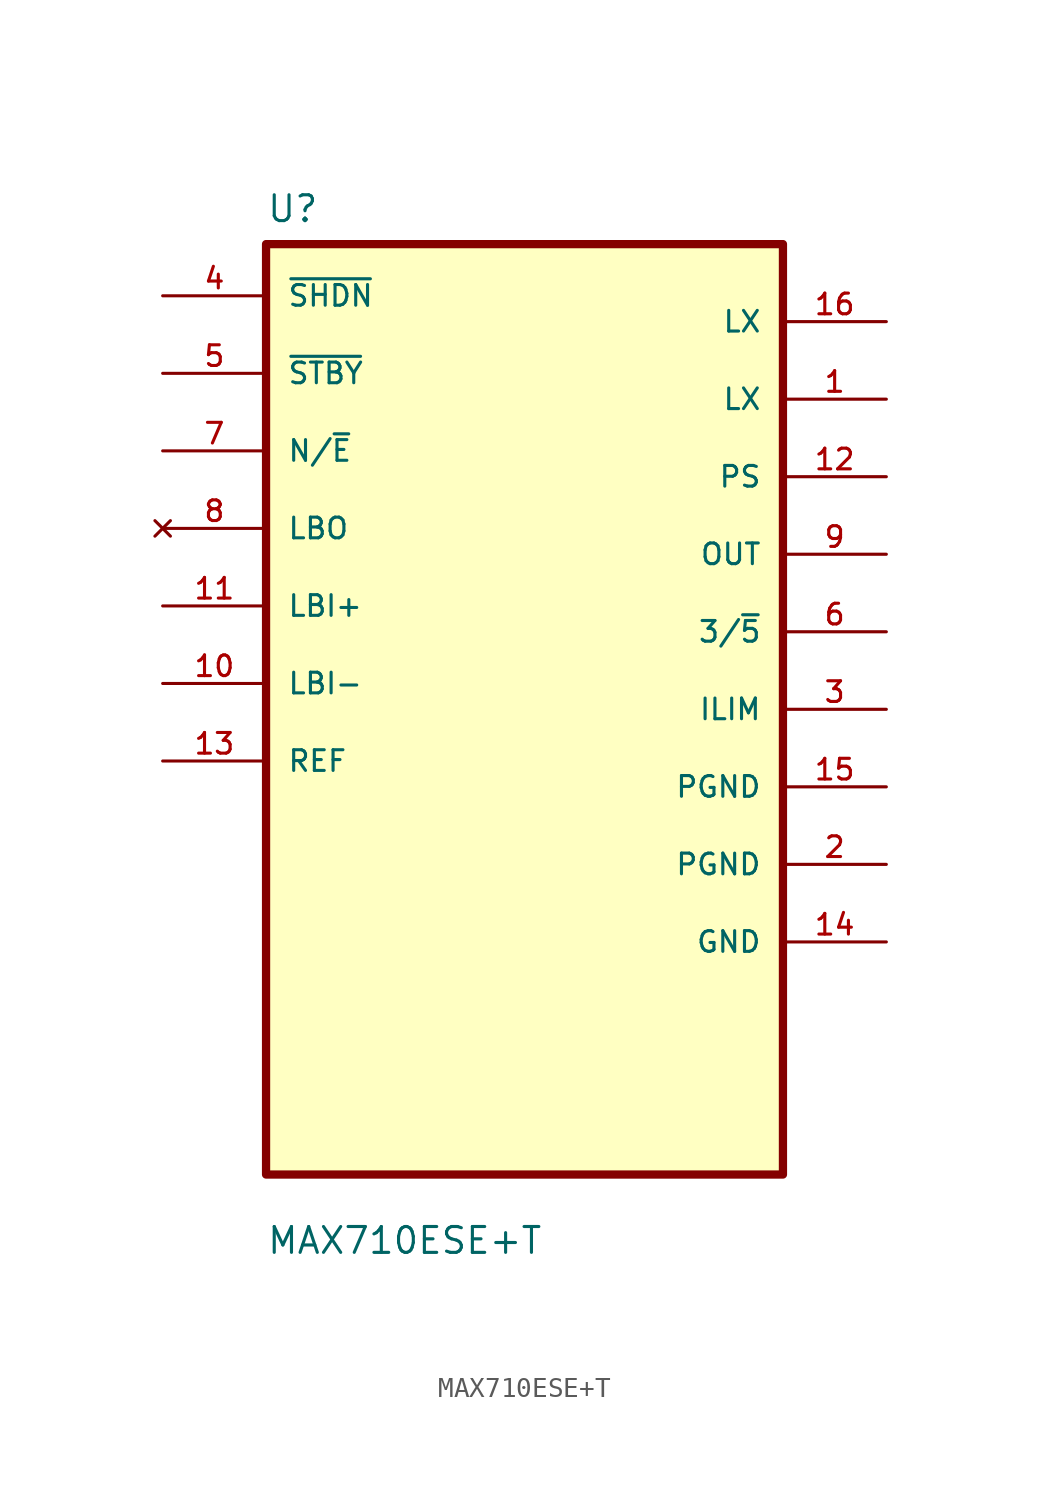
<source format=kicad_sym>
(kicad_symbol_lib
  (version 20211014)
  (generator kicad_symbol_editor)
  (symbol "MAX710ESE+T"
    (pin_names
      (offset 1.016))
    (property "Reference" "U"
      (at -12.7 23.851 0)
      (effects (font (size 1.27 1.27)) (justify left bottom)))
    (property "Value" "MAX710ESE+T"
      (at -12.7 -26.848 0)
      (effects (font (size 1.27 1.27)) (justify left bottom)))
    (property "ki_locked" ""
      (at 0 0 0)
      (effects (font (size 1.27 1.27))))
    (symbol "MAX710ESE+T_0_0"
      (rectangle (start -12.7 -22.86) (end 12.7 22.86) (stroke (width 0.406) (type default) (color 0 0 0 0)) (fill (type background)))
      (pin bidirectional line (at 17.78 15.24 180) (length 5.08) (name "LX" (effects (font (size 1.016 1.016)))) (number "1" (effects (font (size 1.016 1.016)))))
      (pin bidirectional line (at -17.78 1.27 0) (length 5.08) (name "LBI-" (effects (font (size 1.016 1.016)))) (number "10" (effects (font (size 1.016 1.016)))))
      (pin bidirectional line (at -17.78 5.08 0) (length 5.08) (name "LBI+" (effects (font (size 1.016 1.016)))) (number "11" (effects (font (size 1.016 1.016)))))
      (pin input line (at 17.78 11.43 180) (length 5.08) (name "PS" (effects (font (size 1.016 1.016)))) (number "12" (effects (font (size 1.016 1.016)))))
      (pin output line (at -17.78 -2.54 0) (length 5.08) (name "REF" (effects (font (size 1.016 1.016)))) (number "13" (effects (font (size 1.016 1.016)))))
      (pin bidirectional line (at 17.78 -11.43 180) (length 5.08) (name "GND" (effects (font (size 1.016 1.016)))) (number "14" (effects (font (size 1.016 1.016)))))
      (pin bidirectional line (at 17.78 -3.81 180) (length 5.08) (name "PGND" (effects (font (size 1.016 1.016)))) (number "15" (effects (font (size 1.016 1.016)))))
      (pin bidirectional line (at 17.78 19.05 180) (length 5.08) (name "LX" (effects (font (size 1.016 1.016)))) (number "16" (effects (font (size 1.016 1.016)))))
      (pin bidirectional line (at 17.78 -7.62 180) (length 5.08) (name "PGND" (effects (font (size 1.016 1.016)))) (number "2" (effects (font (size 1.016 1.016)))))
      (pin input line (at 17.78 0 180) (length 5.08) (name "ILIM" (effects (font (size 1.016 1.016)))) (number "3" (effects (font (size 1.016 1.016)))))
      (pin input line (at -17.78 20.32 0) (length 5.08) (name "~{SHDN}" (effects (font (size 1.016 1.016)))) (number "4" (effects (font (size 1.016 1.016)))))
      (pin input line (at -17.78 16.51 0) (length 5.08) (name "~{STBY}" (effects (font (size 1.016 1.016)))) (number "5" (effects (font (size 1.016 1.016)))))
      (pin bidirectional line (at 17.78 3.81 180) (length 5.08) (name "3/~{5}" (effects (font (size 1.016 1.016)))) (number "6" (effects (font (size 1.016 1.016)))))
      (pin bidirectional line (at -17.78 12.7 0) (length 5.08) (name "N/~{E}" (effects (font (size 1.016 1.016)))) (number "7" (effects (font (size 1.016 1.016)))))
      (pin no_connect line (at -17.78 8.89 0) (length 5.08) (name "LBO" (effects (font (size 1.016 1.016)))) (number "8" (effects (font (size 1.016 1.016)))))
      (pin output line (at 17.78 7.62 180) (length 5.08) (name "OUT" (effects (font (size 1.016 1.016)))) (number "9" (effects (font (size 1.016 1.016))))))))
</source>
